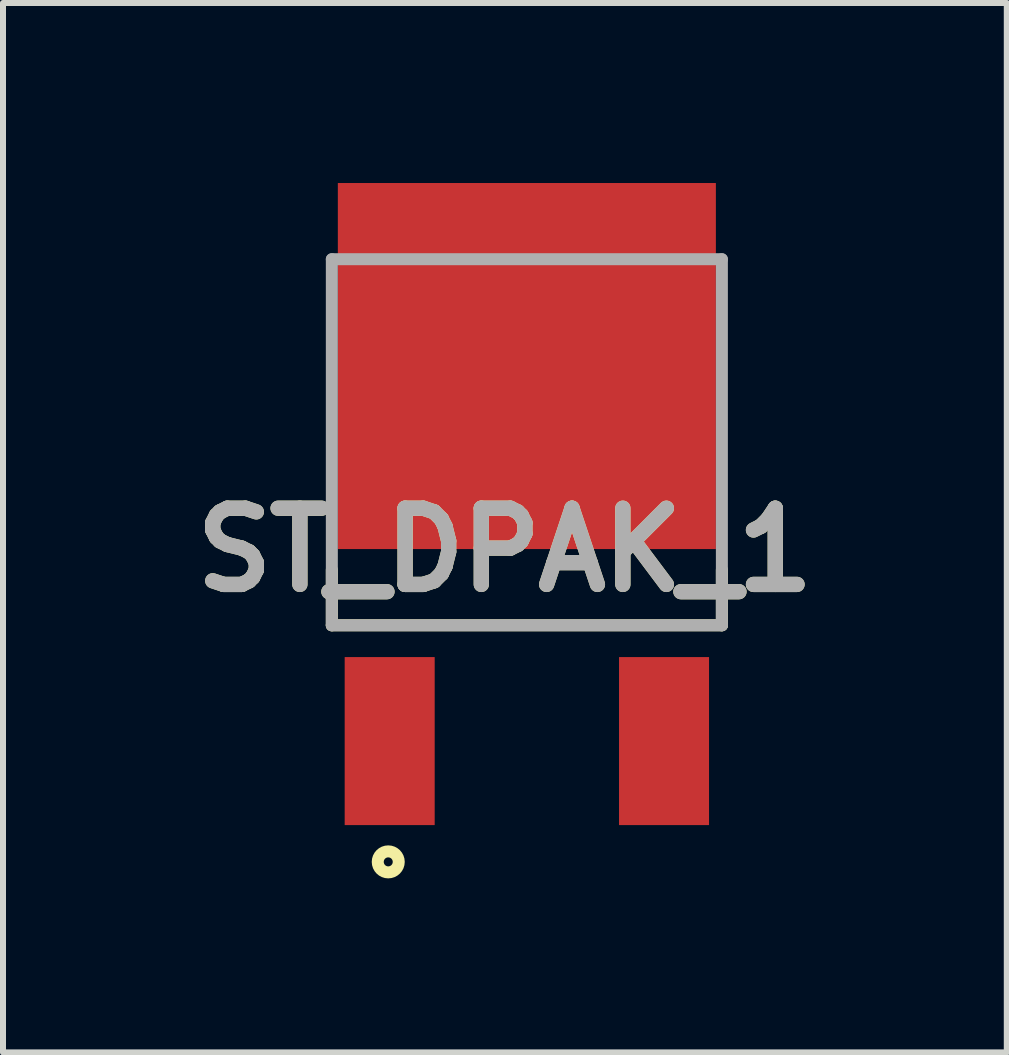
<source format=kicad_pcb>
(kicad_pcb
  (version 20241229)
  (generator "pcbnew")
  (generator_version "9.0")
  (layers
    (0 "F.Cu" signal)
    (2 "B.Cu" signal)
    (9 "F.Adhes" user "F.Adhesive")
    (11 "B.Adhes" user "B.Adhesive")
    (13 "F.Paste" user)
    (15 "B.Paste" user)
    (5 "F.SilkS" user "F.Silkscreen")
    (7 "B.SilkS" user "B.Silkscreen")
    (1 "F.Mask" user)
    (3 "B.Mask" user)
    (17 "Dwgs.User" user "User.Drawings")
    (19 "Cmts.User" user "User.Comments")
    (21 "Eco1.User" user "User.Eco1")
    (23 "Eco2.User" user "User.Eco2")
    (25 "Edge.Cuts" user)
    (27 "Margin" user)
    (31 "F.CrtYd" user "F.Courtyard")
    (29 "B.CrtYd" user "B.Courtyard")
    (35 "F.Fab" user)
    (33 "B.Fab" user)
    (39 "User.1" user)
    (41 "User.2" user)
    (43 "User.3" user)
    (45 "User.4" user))
  (footprint "ST_DPAK_1"
    (layer "F.Cu")
    (at 5.73 1.27)
    (property "Reference" "ST_DPAK_1" (at -0.366 4.845 0) (layer "F.SilkS") (effects (font (size 1.27 1.27) (thickness 0.254))))
    (attr smd)
    (fp_line (start -3.25 6.1) (end -3.25 5.177) (stroke (width 0.2) (type solid)) (layer "F.SilkS"))
    (fp_line (start -3.25 6.1) (end 3.25 6.1) (stroke (width 0.2) (type solid)) (layer "F.SilkS"))
    (fp_line (start 3.25 6.1) (end 3.25 5.177) (stroke (width 0.2) (type solid)) (layer "F.SilkS"))
    (fp_circle (center -2.31 10.043) (end -2.31 10.118) (stroke (width 0.2) (type solid)) (fill no) (layer "F.SilkS"))
    (fp_line (start -3.25 0) (end 3.25 0) (stroke (width 0.2) (type solid)) (layer "F.Fab"))
    (fp_line (start -3.25 6.1) (end -3.25 0) (stroke (width 0.2) (type solid)) (layer "F.Fab"))
    (fp_line (start 3.25 0) (end 3.25 6.1) (stroke (width 0.2) (type solid)) (layer "F.Fab"))
    (fp_line (start 3.25 6.1) (end -3.25 6.1) (stroke (width 0.2) (type solid)) (layer "F.Fab"))
    (fp_text user "${REFERENCE}" (at -0.366 4.845 0) (layer "F.Fab") (effects (font (size 1.27 1.27) (thickness 0.254))))
    (pad "1" smd rect (at -2.286 8.03) (size 1.5 2.8) (layers "F.Cu" "F.Mask" "F.Paste"))
    (pad "2" smd rect (at 2.286 8.03) (size 1.5 2.8) (layers "F.Cu" "F.Mask" "F.Paste"))
    (pad "3" smd rect (at 0 1.78 90) (size 6.1 6.3) (layers "F.Cu" "F.Mask" "F.Paste")))
  (gr_rect
    (start -3 -3)
    (end 13.728 14.488)
    (stroke (width 0.1) (type default))
    (fill no)
    (layer "Edge.Cuts")))
</source>
